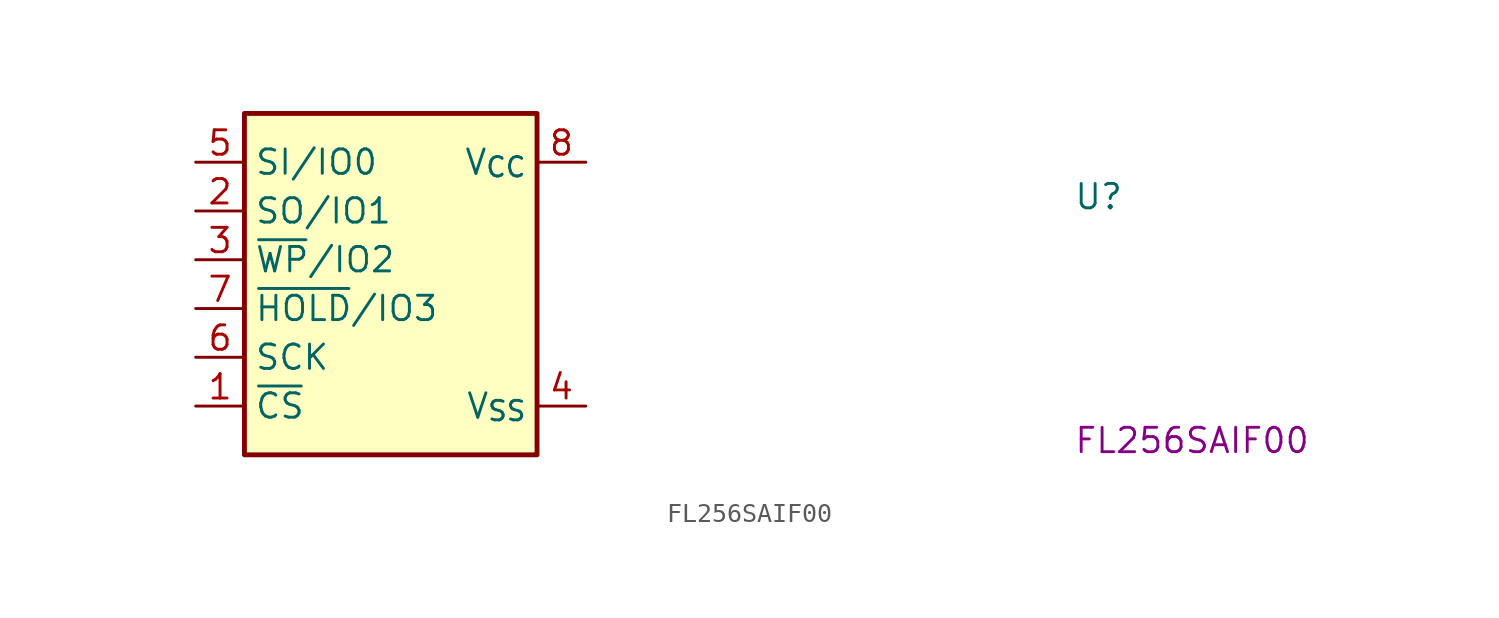
<source format=kicad_sym>
(kicad_symbol_lib
  (version 20220914)
  (generator kicad_symbol_editor)
  (symbol "FL256SAIF00"
    (property "Reference" "U"
      (at 45.72 -2.54 0)
      (effects (font (size 1.27 1.27) (thickness 0.15)) (justify left bottom)))
    (property "MPN" "FL256SAIF00"
      (at 45.72 -15.24 0)
      (effects (font (size 1.27 1.27) (thickness 0.15)) (justify left bottom)))
    (symbol "FL256SAIF00_1_1"
      (rectangle (start 2.54 2.54) (end 17.78 -15.24) (stroke (width 0.254) (type default)) (fill (type background)))
      (pin input line (at 0 -12.7 0) (length 2.54) (name "~{CS}" (effects (font (size 1.27 1.27)))) (number "1" (effects (font (size 1.27 1.27)))))
      (pin bidirectional line (at 0 -2.54 0) (length 2.54) (name "SO/IO1" (effects (font (size 1.27 1.27)))) (number "2" (effects (font (size 1.27 1.27)))))
      (pin bidirectional line (at 0 -5.08 0) (length 2.54) (name "~{WP}/IO2" (effects (font (size 1.27 1.27)))) (number "3" (effects (font (size 1.27 1.27)))))
      (pin power_in line (at 20.32 -12.7 180) (length 2.54) (name "V_{SS}" (effects (font (size 1.27 1.27)))) (number "4" (effects (font (size 1.27 1.27)))))
      (pin bidirectional line (at 0 0 0) (length 2.54) (name "SI/IO0" (effects (font (size 1.27 1.27)))) (number "5" (effects (font (size 1.27 1.27)))))
      (pin input line (at 0 -10.16 0) (length 2.54) (name "SCK" (effects (font (size 1.27 1.27)))) (number "6" (effects (font (size 1.27 1.27)))))
      (pin bidirectional line (at 0 -7.62 0) (length 2.54) (name "~{HOLD}/IO3" (effects (font (size 1.27 1.27)))) (number "7" (effects (font (size 1.27 1.27)))))
      (pin power_in line (at 20.32 0 180) (length 2.54) (name "V_{CC}" (effects (font (size 1.27 1.27)))) (number "8" (effects (font (size 1.27 1.27))))))))
</source>
